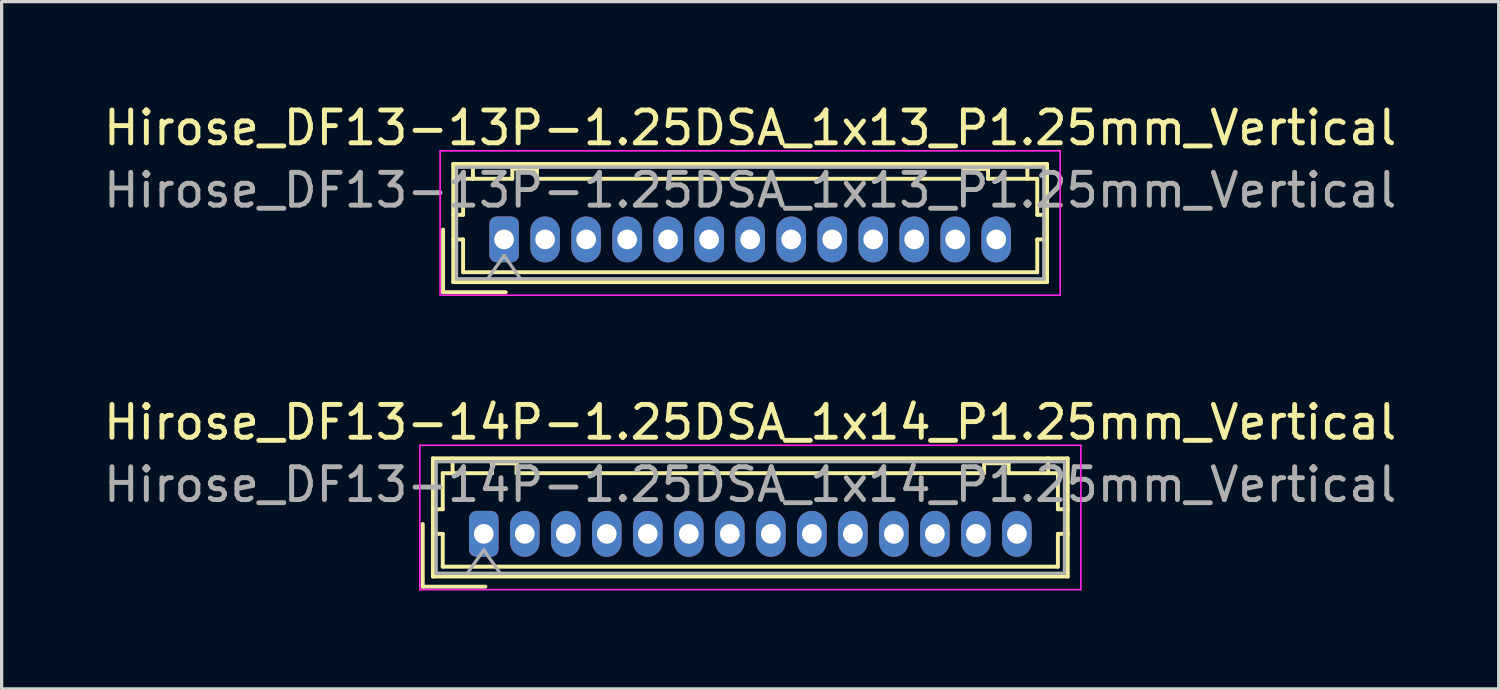
<source format=kicad_pcb>
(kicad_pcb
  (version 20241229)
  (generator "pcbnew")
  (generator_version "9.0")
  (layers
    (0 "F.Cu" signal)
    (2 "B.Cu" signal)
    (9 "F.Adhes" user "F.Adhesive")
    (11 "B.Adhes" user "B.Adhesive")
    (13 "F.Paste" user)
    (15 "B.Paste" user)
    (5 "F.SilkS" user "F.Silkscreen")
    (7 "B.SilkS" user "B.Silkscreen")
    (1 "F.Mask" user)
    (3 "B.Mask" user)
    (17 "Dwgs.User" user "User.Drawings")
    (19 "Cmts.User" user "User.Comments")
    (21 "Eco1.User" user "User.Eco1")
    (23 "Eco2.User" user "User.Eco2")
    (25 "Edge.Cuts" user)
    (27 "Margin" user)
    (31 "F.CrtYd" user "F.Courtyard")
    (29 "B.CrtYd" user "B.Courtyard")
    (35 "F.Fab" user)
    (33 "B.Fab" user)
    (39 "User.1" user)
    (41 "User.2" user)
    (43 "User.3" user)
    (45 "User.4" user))
  (footprint "Hirose_DF13-13P-1.25DSA_1x13_P1.25mm_Vertical"
    (layer "F.Cu")
    (at 12.315 4.248)
    (property "Reference" "Hirose_DF13-13P-1.25DSA_1x13_P1.25mm_Vertical" (at 7.5 -3.4 0) (layer "F.SilkS") (effects (font (size 1 1) (thickness 0.15))))
    (attr through_hole)
    (fp_line (start -1.86 -0.3) (end -1.86 1.61) (stroke (width 0.12) (type solid)) (layer "F.SilkS"))
    (fp_line (start -1.86 1.61) (end 0.05 1.61) (stroke (width 0.12) (type solid)) (layer "F.SilkS"))
    (fp_line (start -1.55 -2.3) (end -1.55 1.3) (stroke (width 0.12) (type solid)) (layer "F.SilkS"))
    (fp_line (start -1.55 -0.75) (end -1.25 -0.75) (stroke (width 0.12) (type solid)) (layer "F.SilkS"))
    (fp_line (start -1.55 0) (end -1.25 0) (stroke (width 0.12) (type solid)) (layer "F.SilkS"))
    (fp_line (start -1.55 1.3) (end 16.55 1.3) (stroke (width 0.12) (type solid)) (layer "F.SilkS"))
    (fp_line (start -1.25 -1.85) (end -0.95 -1.85) (stroke (width 0.12) (type solid)) (layer "F.SilkS"))
    (fp_line (start -1.25 -0.75) (end -1.25 -1.85) (stroke (width 0.12) (type solid)) (layer "F.SilkS"))
    (fp_line (start -1.25 0) (end -1.25 1) (stroke (width 0.12) (type solid)) (layer "F.SilkS"))
    (fp_line (start -1.25 1) (end 16.25 1) (stroke (width 0.12) (type solid)) (layer "F.SilkS"))
    (fp_line (start -0.95 -1.85) (end -0.95 -2.3) (stroke (width 0.12) (type solid)) (layer "F.SilkS"))
    (fp_line (start -0.95 -1.85) (end 0.25 -1.85) (stroke (width 0.12) (type solid)) (layer "F.SilkS"))
    (fp_line (start 0.25 -2.15) (end 1 -2.15) (stroke (width 0.12) (type solid)) (layer "F.SilkS"))
    (fp_line (start 0.25 -1.85) (end 0.25 -2.15) (stroke (width 0.12) (type solid)) (layer "F.SilkS"))
    (fp_line (start 1 -2.15) (end 1 -1.85) (stroke (width 0.12) (type solid)) (layer "F.SilkS"))
    (fp_line (start 1 -1.85) (end 14 -1.85) (stroke (width 0.12) (type solid)) (layer "F.SilkS"))
    (fp_line (start 14 -2.15) (end 14.75 -2.15) (stroke (width 0.12) (type solid)) (layer "F.SilkS"))
    (fp_line (start 14 -1.85) (end 14 -2.15) (stroke (width 0.12) (type solid)) (layer "F.SilkS"))
    (fp_line (start 14.75 -2.15) (end 14.75 -1.85) (stroke (width 0.12) (type solid)) (layer "F.SilkS"))
    (fp_line (start 14.75 -1.85) (end 15.95 -1.85) (stroke (width 0.12) (type solid)) (layer "F.SilkS"))
    (fp_line (start 15.95 -1.85) (end 15.95 -2.3) (stroke (width 0.12) (type solid)) (layer "F.SilkS"))
    (fp_line (start 16.25 -1.85) (end 15.95 -1.85) (stroke (width 0.12) (type solid)) (layer "F.SilkS"))
    (fp_line (start 16.25 -0.75) (end 16.25 -1.85) (stroke (width 0.12) (type solid)) (layer "F.SilkS"))
    (fp_line (start 16.25 0) (end 16.55 0) (stroke (width 0.12) (type solid)) (layer "F.SilkS"))
    (fp_line (start 16.25 1) (end 16.25 0) (stroke (width 0.12) (type solid)) (layer "F.SilkS"))
    (fp_line (start 16.55 -2.3) (end -1.55 -2.3) (stroke (width 0.12) (type solid)) (layer "F.SilkS"))
    (fp_line (start 16.55 -0.75) (end 16.25 -0.75) (stroke (width 0.12) (type solid)) (layer "F.SilkS"))
    (fp_line (start 16.55 1.3) (end 16.55 -2.3) (stroke (width 0.12) (type solid)) (layer "F.SilkS"))
    (fp_line (start -1.95 -2.7) (end -1.95 1.7) (stroke (width 0.05) (type solid)) (layer "F.CrtYd"))
    (fp_line (start -1.95 1.7) (end 16.95 1.7) (stroke (width 0.05) (type solid)) (layer "F.CrtYd"))
    (fp_line (start 16.95 -2.7) (end -1.95 -2.7) (stroke (width 0.05) (type solid)) (layer "F.CrtYd"))
    (fp_line (start 16.95 1.7) (end 16.95 -2.7) (stroke (width 0.05) (type solid)) (layer "F.CrtYd"))
    (fp_line (start -1.45 -2.2) (end -1.45 1.2) (stroke (width 0.1) (type solid)) (layer "F.Fab"))
    (fp_line (start -1.45 1.2) (end 16.45 1.2) (stroke (width 0.1) (type solid)) (layer "F.Fab"))
    (fp_line (start -0.5 1.2) (end 0 0.493) (stroke (width 0.1) (type solid)) (layer "F.Fab"))
    (fp_line (start 0 0.493) (end 0.5 1.2) (stroke (width 0.1) (type solid)) (layer "F.Fab"))
    (fp_line (start 16.45 -2.2) (end -1.45 -2.2) (stroke (width 0.1) (type solid)) (layer "F.Fab"))
    (fp_line (start 16.45 1.2) (end 16.45 -2.2) (stroke (width 0.1) (type solid)) (layer "F.Fab"))
    (fp_text user "${REFERENCE}" (at 7.5 -1.5 0) (layer "F.Fab") (effects (font (size 1 1) (thickness 0.15))))
    (pad "1" thru_hole roundrect (at 0 0) (size 0.9 1.4) (drill 0.6) (layers "*.Cu" "*.Mask") (roundrect_rratio 0.25))
    (pad "2" thru_hole oval (at 1.25 0) (size 0.9 1.4) (drill 0.6) (layers "*.Cu" "*.Mask"))
    (pad "3" thru_hole oval (at 2.5 0) (size 0.9 1.4) (drill 0.6) (layers "*.Cu" "*.Mask"))
    (pad "4" thru_hole oval (at 3.75 0) (size 0.9 1.4) (drill 0.6) (layers "*.Cu" "*.Mask"))
    (pad "5" thru_hole oval (at 5 0) (size 0.9 1.4) (drill 0.6) (layers "*.Cu" "*.Mask"))
    (pad "6" thru_hole oval (at 6.25 0) (size 0.9 1.4) (drill 0.6) (layers "*.Cu" "*.Mask"))
    (pad "7" thru_hole oval (at 7.5 0) (size 0.9 1.4) (drill 0.6) (layers "*.Cu" "*.Mask"))
    (pad "8" thru_hole oval (at 8.75 0) (size 0.9 1.4) (drill 0.6) (layers "*.Cu" "*.Mask"))
    (pad "9" thru_hole oval (at 10 0) (size 0.9 1.4) (drill 0.6) (layers "*.Cu" "*.Mask"))
    (pad "10" thru_hole oval (at 11.25 0) (size 0.9 1.4) (drill 0.6) (layers "*.Cu" "*.Mask"))
    (pad "11" thru_hole oval (at 12.5 0) (size 0.9 1.4) (drill 0.6) (layers "*.Cu" "*.Mask"))
    (pad "12" thru_hole oval (at 13.75 0) (size 0.9 1.4) (drill 0.6) (layers "*.Cu" "*.Mask"))
    (pad "13" thru_hole oval (at 15 0) (size 0.9 1.4) (drill 0.6) (layers "*.Cu" "*.Mask")))
  (footprint "Hirose_DF13-14P-1.25DSA_1x14_P1.25mm_Vertical"
    (layer "F.Cu")
    (at 11.695 13.222)
    (property "Reference" "Hirose_DF13-14P-1.25DSA_1x14_P1.25mm_Vertical" (at 8.12 -3.4 0) (layer "F.SilkS") (effects (font (size 1 1) (thickness 0.15))))
    (attr through_hole)
    (fp_line (start -1.86 -0.3) (end -1.86 1.61) (stroke (width 0.12) (type solid)) (layer "F.SilkS"))
    (fp_line (start -1.86 1.61) (end 0.05 1.61) (stroke (width 0.12) (type solid)) (layer "F.SilkS"))
    (fp_line (start -1.55 -2.3) (end -1.55 1.3) (stroke (width 0.12) (type solid)) (layer "F.SilkS"))
    (fp_line (start -1.55 -0.75) (end -1.25 -0.75) (stroke (width 0.12) (type solid)) (layer "F.SilkS"))
    (fp_line (start -1.55 0) (end -1.25 0) (stroke (width 0.12) (type solid)) (layer "F.SilkS"))
    (fp_line (start -1.55 1.3) (end 17.8 1.3) (stroke (width 0.12) (type solid)) (layer "F.SilkS"))
    (fp_line (start -1.25 -1.85) (end -0.95 -1.85) (stroke (width 0.12) (type solid)) (layer "F.SilkS"))
    (fp_line (start -1.25 -0.75) (end -1.25 -1.85) (stroke (width 0.12) (type solid)) (layer "F.SilkS"))
    (fp_line (start -1.25 0) (end -1.25 1) (stroke (width 0.12) (type solid)) (layer "F.SilkS"))
    (fp_line (start -1.25 1) (end 17.5 1) (stroke (width 0.12) (type solid)) (layer "F.SilkS"))
    (fp_line (start -0.95 -1.85) (end -0.95 -2.3) (stroke (width 0.12) (type solid)) (layer "F.SilkS"))
    (fp_line (start -0.95 -1.85) (end 0.25 -1.85) (stroke (width 0.12) (type solid)) (layer "F.SilkS"))
    (fp_line (start 0.25 -2.15) (end 1 -2.15) (stroke (width 0.12) (type solid)) (layer "F.SilkS"))
    (fp_line (start 0.25 -1.85) (end 0.25 -2.15) (stroke (width 0.12) (type solid)) (layer "F.SilkS"))
    (fp_line (start 1 -2.15) (end 1 -1.85) (stroke (width 0.12) (type solid)) (layer "F.SilkS"))
    (fp_line (start 1 -1.85) (end 15.25 -1.85) (stroke (width 0.12) (type solid)) (layer "F.SilkS"))
    (fp_line (start 15.25 -2.15) (end 16 -2.15) (stroke (width 0.12) (type solid)) (layer "F.SilkS"))
    (fp_line (start 15.25 -1.85) (end 15.25 -2.15) (stroke (width 0.12) (type solid)) (layer "F.SilkS"))
    (fp_line (start 16 -2.15) (end 16 -1.85) (stroke (width 0.12) (type solid)) (layer "F.SilkS"))
    (fp_line (start 16 -1.85) (end 17.2 -1.85) (stroke (width 0.12) (type solid)) (layer "F.SilkS"))
    (fp_line (start 17.2 -1.85) (end 17.2 -2.3) (stroke (width 0.12) (type solid)) (layer "F.SilkS"))
    (fp_line (start 17.5 -1.85) (end 17.2 -1.85) (stroke (width 0.12) (type solid)) (layer "F.SilkS"))
    (fp_line (start 17.5 -0.75) (end 17.5 -1.85) (stroke (width 0.12) (type solid)) (layer "F.SilkS"))
    (fp_line (start 17.5 0) (end 17.8 0) (stroke (width 0.12) (type solid)) (layer "F.SilkS"))
    (fp_line (start 17.5 1) (end 17.5 0) (stroke (width 0.12) (type solid)) (layer "F.SilkS"))
    (fp_line (start 17.8 -2.3) (end -1.55 -2.3) (stroke (width 0.12) (type solid)) (layer "F.SilkS"))
    (fp_line (start 17.8 -0.75) (end 17.5 -0.75) (stroke (width 0.12) (type solid)) (layer "F.SilkS"))
    (fp_line (start 17.8 1.3) (end 17.8 -2.3) (stroke (width 0.12) (type solid)) (layer "F.SilkS"))
    (fp_line (start -1.95 -2.7) (end -1.95 1.7) (stroke (width 0.05) (type solid)) (layer "F.CrtYd"))
    (fp_line (start -1.95 1.7) (end 18.2 1.7) (stroke (width 0.05) (type solid)) (layer "F.CrtYd"))
    (fp_line (start 18.2 -2.7) (end -1.95 -2.7) (stroke (width 0.05) (type solid)) (layer "F.CrtYd"))
    (fp_line (start 18.2 1.7) (end 18.2 -2.7) (stroke (width 0.05) (type solid)) (layer "F.CrtYd"))
    (fp_line (start -1.45 -2.2) (end -1.45 1.2) (stroke (width 0.1) (type solid)) (layer "F.Fab"))
    (fp_line (start -1.45 1.2) (end 17.7 1.2) (stroke (width 0.1) (type solid)) (layer "F.Fab"))
    (fp_line (start -0.5 1.2) (end 0 0.493) (stroke (width 0.1) (type solid)) (layer "F.Fab"))
    (fp_line (start 0 0.493) (end 0.5 1.2) (stroke (width 0.1) (type solid)) (layer "F.Fab"))
    (fp_line (start 17.7 -2.2) (end -1.45 -2.2) (stroke (width 0.1) (type solid)) (layer "F.Fab"))
    (fp_line (start 17.7 1.2) (end 17.7 -2.2) (stroke (width 0.1) (type solid)) (layer "F.Fab"))
    (fp_text user "${REFERENCE}" (at 8.12 -1.5 0) (layer "F.Fab") (effects (font (size 1 1) (thickness 0.15))))
    (pad "1" thru_hole roundrect (at 0 0) (size 0.9 1.4) (drill 0.6) (layers "*.Cu" "*.Mask") (roundrect_rratio 0.25))
    (pad "2" thru_hole oval (at 1.25 0) (size 0.9 1.4) (drill 0.6) (layers "*.Cu" "*.Mask"))
    (pad "3" thru_hole oval (at 2.5 0) (size 0.9 1.4) (drill 0.6) (layers "*.Cu" "*.Mask"))
    (pad "4" thru_hole oval (at 3.75 0) (size 0.9 1.4) (drill 0.6) (layers "*.Cu" "*.Mask"))
    (pad "5" thru_hole oval (at 5 0) (size 0.9 1.4) (drill 0.6) (layers "*.Cu" "*.Mask"))
    (pad "6" thru_hole oval (at 6.25 0) (size 0.9 1.4) (drill 0.6) (layers "*.Cu" "*.Mask"))
    (pad "7" thru_hole oval (at 7.5 0) (size 0.9 1.4) (drill 0.6) (layers "*.Cu" "*.Mask"))
    (pad "8" thru_hole oval (at 8.75 0) (size 0.9 1.4) (drill 0.6) (layers "*.Cu" "*.Mask"))
    (pad "9" thru_hole oval (at 10 0) (size 0.9 1.4) (drill 0.6) (layers "*.Cu" "*.Mask"))
    (pad "10" thru_hole oval (at 11.25 0) (size 0.9 1.4) (drill 0.6) (layers "*.Cu" "*.Mask"))
    (pad "11" thru_hole oval (at 12.5 0) (size 0.9 1.4) (drill 0.6) (layers "*.Cu" "*.Mask"))
    (pad "12" thru_hole oval (at 13.75 0) (size 0.9 1.4) (drill 0.6) (layers "*.Cu" "*.Mask"))
    (pad "13" thru_hole oval (at 15 0) (size 0.9 1.4) (drill 0.6) (layers "*.Cu" "*.Mask"))
    (pad "14" thru_hole oval (at 16.25 0) (size 0.9 1.4) (drill 0.6) (layers "*.Cu" "*.Mask")))
  (gr_rect
    (start -3 -3)
    (end 42.631 17.947)
    (stroke (width 0.1) (type default))
    (fill no)
    (layer "Edge.Cuts")))
</source>
